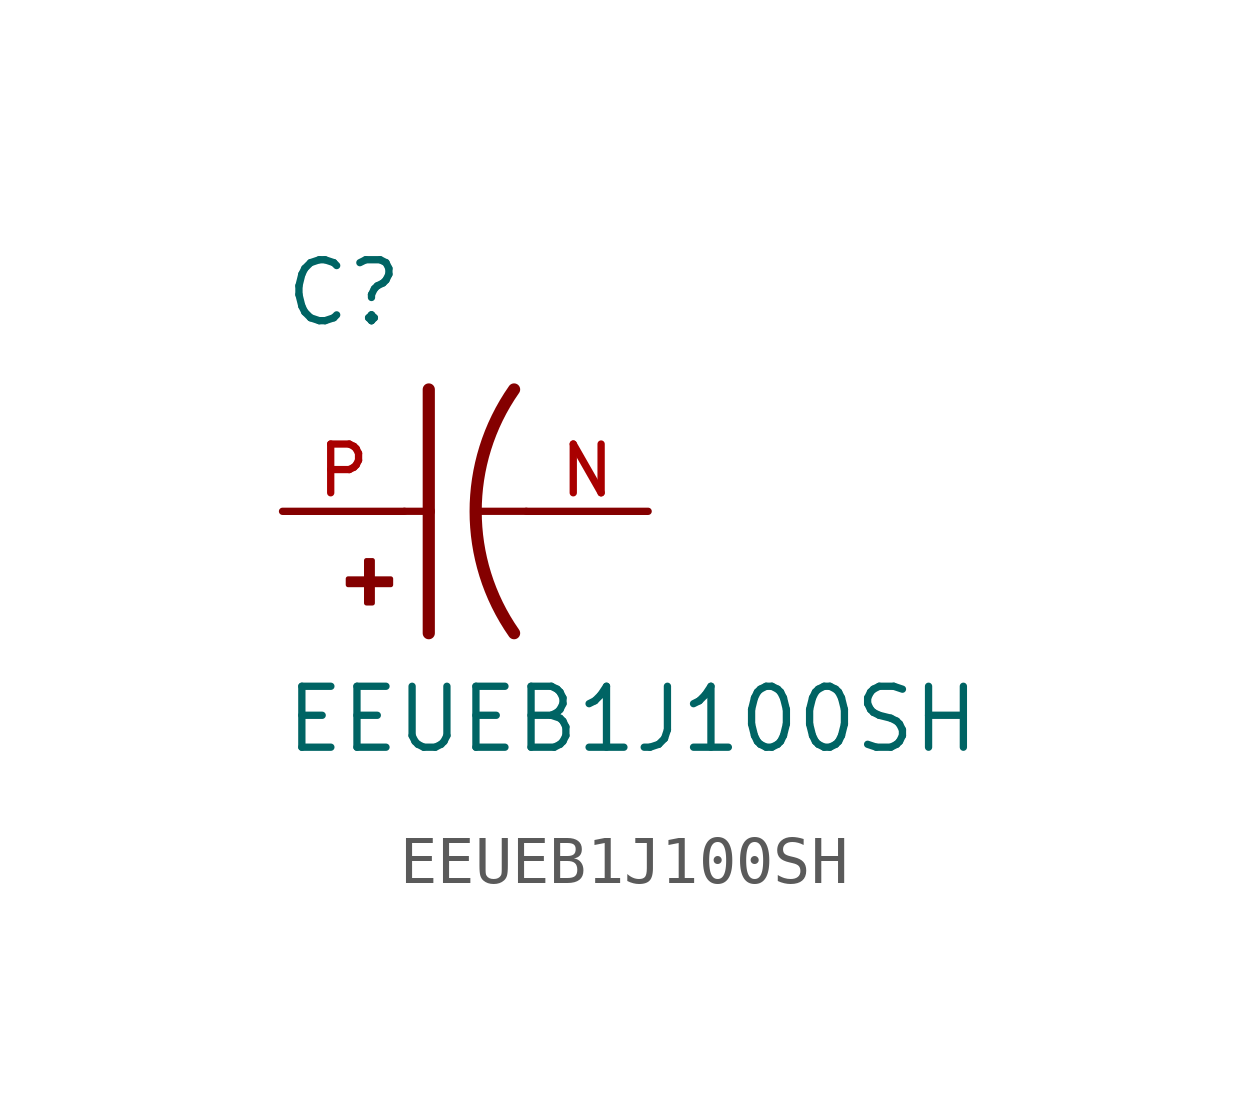
<source format=kicad_sym>
(kicad_symbol_lib
  (version 20211014)
  (generator kicad_symbol_editor)
  (symbol "EEUEB1J100SH"
    (pin_names
      (offset 1.016))
    (property "Reference" "C"
      (at -2.54 3.81 0)
      (effects (font (size 1.27 1.27)) (justify bottom left)))
    (property "Value" "EEUEB1J100SH"
      (at -2.54 -5.08 0)
      (effects (font (size 1.27 1.27)) (justify bottom left)))
    (symbol "EEUEB1J100SH_0_0"
      (arc (start 2.286 -2.54) (mid 1.4851 -0.0) (end 2.286 2.54) (stroke (width 0.254) (type default) (color 0 0 0 0)) (fill (type none)))
      (polyline (pts (xy 0.508 2.54) (xy 0.508 0.0)) (stroke (width 0.254)))
      (rectangle (start -1.173 -1.532) (end -0.284 -1.405) (stroke (width 0.1)) (fill (type outline)))
      (rectangle (start -0.792 -1.913) (end -0.665 -1.024) (stroke (width 0.1)) (fill (type outline)))
      (polyline (pts (xy 0.508 0.0) (xy 0.508 -2.54)) (stroke (width 0.254)))
      (polyline (pts (xy 0.0 0.0) (xy 0.508 0.0)) (stroke (width 0.152)))
      (polyline (pts (xy 2.54 0.0) (xy 1.524 0.0)) (stroke (width 0.152)))
      (pin passive line (at -2.54 0.0 0) (length 2.54) (name "~" (effects (font (size 1.016 1.016)))) (number "P" (effects (font (size 1.016 1.016)))))
      (pin passive line (at 5.08 0.0 180.0) (length 2.54) (name "~" (effects (font (size 1.016 1.016)))) (number "N" (effects (font (size 1.016 1.016))))))))
</source>
